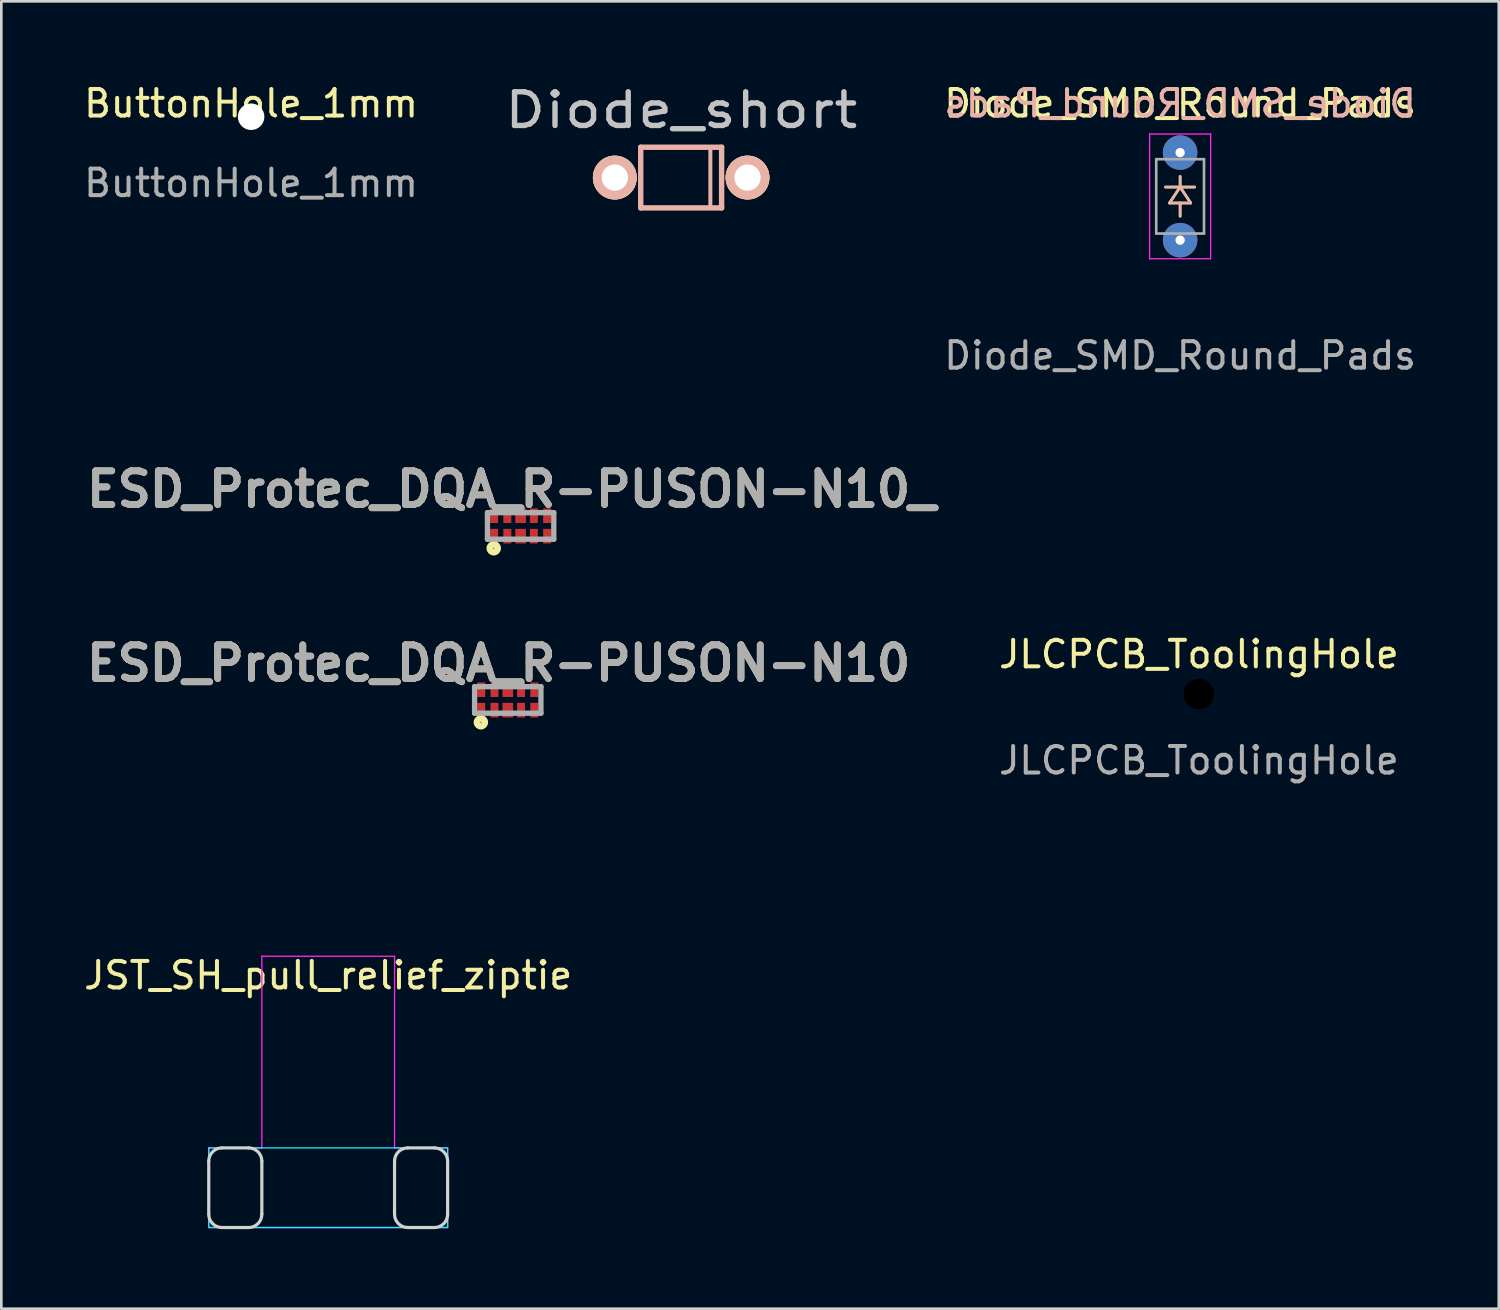
<source format=kicad_pcb>
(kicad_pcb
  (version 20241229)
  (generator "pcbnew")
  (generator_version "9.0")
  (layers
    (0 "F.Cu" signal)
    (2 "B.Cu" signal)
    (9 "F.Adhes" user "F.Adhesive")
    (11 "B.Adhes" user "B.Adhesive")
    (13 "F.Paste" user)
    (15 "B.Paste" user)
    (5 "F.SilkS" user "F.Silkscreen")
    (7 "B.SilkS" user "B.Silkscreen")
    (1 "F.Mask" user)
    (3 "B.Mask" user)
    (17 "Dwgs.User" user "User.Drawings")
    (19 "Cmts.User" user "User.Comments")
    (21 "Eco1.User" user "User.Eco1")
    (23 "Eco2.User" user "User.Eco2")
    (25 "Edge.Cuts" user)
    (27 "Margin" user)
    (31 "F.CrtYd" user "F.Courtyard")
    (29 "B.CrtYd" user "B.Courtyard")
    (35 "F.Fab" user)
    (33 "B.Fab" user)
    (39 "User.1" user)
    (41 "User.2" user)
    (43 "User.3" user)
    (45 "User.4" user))
  (footprint "ESD_Protec_DQA_R-PUSON-N10"
    (layer "F.Cu")
    (at 16.081 23.321)
    (property "Reference" "ESD_Protec_DQA_R-PUSON-N10" (at -0.345 -1.38 0) (layer "F.SilkS") (effects (font (size 1.27 1.27) (thickness 0.254))))
    (attr smd)
    (fp_circle (center -1.013 0.842) (end -1.013 0.861) (stroke (width 0.254) (type solid)) (fill no) (layer "F.SilkS"))
    (fp_line (start -1.25 -0.5) (end 1.25 -0.5) (stroke (width 0.2) (type solid)) (layer "F.Fab"))
    (fp_line (start -1.25 0.5) (end -1.25 -0.5) (stroke (width 0.2) (type solid)) (layer "F.Fab"))
    (fp_line (start 1.25 -0.5) (end 1.25 0.5) (stroke (width 0.2) (type solid)) (layer "F.Fab"))
    (fp_line (start 1.25 0.5) (end -1.25 0.5) (stroke (width 0.2) (type solid)) (layer "F.Fab"))
    (fp_text user "${REFERENCE}" (at -0.345 -1.38 0) (layer "F.Fab") (effects (font (size 1.27 1.27) (thickness 0.254))))
    (pad "1" smd rect (at -1 0.385) (size 0.3 0.55) (layers "F.Cu" "F.Mask" "F.Paste"))
    (pad "2" smd rect (at -0.5 0.385) (size 0.3 0.55) (layers "F.Cu" "F.Mask" "F.Paste"))
    (pad "3" smd rect (at 0 0.385) (size 0.4 0.55) (layers "F.Cu" "F.Mask" "F.Paste"))
    (pad "4" smd rect (at 0.5 0.385) (size 0.3 0.55) (layers "F.Cu" "F.Mask" "F.Paste"))
    (pad "5" smd rect (at 1 0.385) (size 0.3 0.55) (layers "F.Cu" "F.Mask" "F.Paste"))
    (pad "6" smd rect (at 1 -0.385) (size 0.3 0.55) (layers "F.Cu" "F.Mask" "F.Paste"))
    (pad "7" smd rect (at 0.5 -0.385) (size 0.3 0.55) (layers "F.Cu" "F.Mask" "F.Paste"))
    (pad "8" smd rect (at 0 -0.385) (size 0.4 0.55) (layers "F.Cu" "F.Mask" "F.Paste"))
    (pad "9" smd rect (at -0.5 -0.385) (size 0.3 0.55) (layers "F.Cu" "F.Mask" "F.Paste"))
    (pad "10" smd rect (at -1 -0.385) (size 0.3 0.55) (layers "F.Cu" "F.Mask" "F.Paste")))
  (footprint "JLCPCB_ToolingHole"
    (layer "F.Cu")
    (at 42.121 23.101)
    (property "Reference" "JLCPCB_ToolingHole" (at 0 -1.5 0) (unlocked yes) (layer "F.SilkS") (effects (font (size 1 1) (thickness 0.15))))
    (fp_text user "${REFERENCE}" (at 0 2.5 0) (unlocked yes) (layer "F.Fab") (effects (font (size 1 1) (thickness 0.15))))
    (pad "" np_thru_hole circle (at 0 0) (size 1.3 1.3) (drill 1.152) (layers "*.Mask")))
  (footprint "Diode_SMD_Round_Pads"
    (layer "F.Cu")
    (at 41.413 4.348)
    (property "Reference" "Diode_SMD_Round_Pads" (at 0 -3.5 0) (layer "F.SilkS") (effects (font (size 1 1) (thickness 0.15))))
    (attr through_hole)
    (fp_line (start -0.4 0.25) (end 0 -0.35) (stroke (width 0.1) (type solid)) (layer "F.SilkS"))
    (fp_line (start 0 -0.75) (end 0 -0.35) (stroke (width 0.1) (type solid)) (layer "F.SilkS"))
    (fp_line (start 0 -0.35) (end -0.55 -0.35) (stroke (width 0.1) (type solid)) (layer "F.SilkS"))
    (fp_line (start 0 -0.35) (end 0.4 0.25) (stroke (width 0.1) (type solid)) (layer "F.SilkS"))
    (fp_line (start 0 -0.35) (end 0.55 -0.35) (stroke (width 0.1) (type solid)) (layer "F.SilkS"))
    (fp_line (start 0 0.25) (end 0 0.75) (stroke (width 0.1) (type solid)) (layer "F.SilkS"))
    (fp_line (start 0.4 0.25) (end -0.4 0.25) (stroke (width 0.1) (type solid)) (layer "F.SilkS"))
    (fp_line (start -0.4 0.25) (end 0.4 0.25) (stroke (width 0.1) (type solid)) (layer "B.SilkS"))
    (fp_line (start 0 -0.75) (end 0 -0.35) (stroke (width 0.1) (type solid)) (layer "B.SilkS"))
    (fp_line (start 0 -0.35) (end -0.55 -0.35) (stroke (width 0.1) (type solid)) (layer "B.SilkS"))
    (fp_line (start 0 -0.35) (end -0.4 0.25) (stroke (width 0.1) (type solid)) (layer "B.SilkS"))
    (fp_line (start 0 -0.35) (end 0.55 -0.35) (stroke (width 0.1) (type solid)) (layer "B.SilkS"))
    (fp_line (start 0 0.25) (end 0 0.75) (stroke (width 0.1) (type solid)) (layer "B.SilkS"))
    (fp_line (start 0.4 0.25) (end 0 -0.35) (stroke (width 0.1) (type solid)) (layer "B.SilkS"))
    (fp_line (start -1.15 2.35) (end -1.15 -2.35) (stroke (width 0.05) (type solid)) (layer "F.CrtYd"))
    (fp_line (start 1.15 -2.35) (end -1.15 -2.35) (stroke (width 0.05) (type solid)) (layer "F.CrtYd"))
    (fp_line (start 1.15 -2.35) (end 1.15 2.35) (stroke (width 0.05) (type solid)) (layer "F.CrtYd"))
    (fp_line (start 1.15 2.35) (end -1.15 2.35) (stroke (width 0.05) (type solid)) (layer "F.CrtYd"))
    (fp_line (start -0.9 -1.4) (end 0.9 -1.4) (stroke (width 0.1) (type solid)) (layer "F.Fab"))
    (fp_line (start -0.9 1.4) (end -0.9 -1.4) (stroke (width 0.1) (type solid)) (layer "F.Fab"))
    (fp_line (start 0.9 -1.4) (end 0.9 1.4) (stroke (width 0.1) (type solid)) (layer "F.Fab"))
    (fp_line (start 0.9 1.4) (end -0.9 1.4) (stroke (width 0.1) (type solid)) (layer "F.Fab"))
    (fp_text user "${REFERENCE}" (at 0 -3.5 0) (layer "B.SilkS") (effects (font (size 1 1) (thickness 0.15)) (justify mirror)))
    (fp_text user "${REFERENCE}" (at 0 6 0) (unlocked yes) (layer "F.Fab") (effects (font (size 1 1) (thickness 0.15))))
    (pad "1" thru_hole circle (at 0 -1.65 270) (size 1.3 1.3) (drill 0.35) (layers "*.Cu" "*.Mask"))
    (pad "2" thru_hole circle (at 0 1.65 270) (size 1.3 1.3) (drill 0.35) (layers "*.Cu" "*.Mask")))
  (footprint "JST_SH_pull_relief_ziptie"
    (layer "F.Cu")
    (at 9.315 29.699)
    (property "Reference" "JST_SH_pull_relief_ziptie" (at 0 4 0) (layer "F.SilkS") (effects (font (size 1 1) (thickness 0.15))))
    (attr smd)
    (fp_line (start -4.5 13) (end -4.5 11) (stroke (width 0.12) (type default)) (layer "Edge.Cuts"))
    (fp_line (start -4 10.5) (end -3 10.5) (stroke (width 0.12) (type default)) (layer "Edge.Cuts"))
    (fp_line (start -3 13.5) (end -4 13.5) (stroke (width 0.12) (type default)) (layer "Edge.Cuts"))
    (fp_line (start -2.5 11) (end -2.5 13) (stroke (width 0.12) (type default)) (layer "Edge.Cuts"))
    (fp_line (start 2.5 13) (end 2.5 11) (stroke (width 0.12) (type default)) (layer "Edge.Cuts"))
    (fp_line (start 3 10.5) (end 4 10.5) (stroke (width 0.12) (type default)) (layer "Edge.Cuts"))
    (fp_line (start 4 13.5) (end 3 13.5) (stroke (width 0.12) (type default)) (layer "Edge.Cuts"))
    (fp_line (start 4.5 11) (end 4.5 13) (stroke (width 0.12) (type default)) (layer "Edge.Cuts"))
    (fp_arc (start -4.5 11) (mid -4.353553 10.646447) (end -4 10.5) (stroke (width 0.12) (type default)) (layer "Edge.Cuts"))
    (fp_arc (start -4 13.5) (mid -4.353553 13.353553) (end -4.5 13) (stroke (width 0.12) (type default)) (layer "Edge.Cuts"))
    (fp_arc (start -3 10.5) (mid -2.646447 10.646447) (end -2.5 11) (stroke (width 0.12) (type default)) (layer "Edge.Cuts"))
    (fp_arc (start -2.5 13) (mid -2.646447 13.353553) (end -3 13.5) (stroke (width 0.12) (type default)) (layer "Edge.Cuts"))
    (fp_arc (start 2.5 11) (mid 2.646447 10.646447) (end 3 10.5) (stroke (width 0.12) (type default)) (layer "Edge.Cuts"))
    (fp_arc (start 3 13.5) (mid 2.646447 13.353553) (end 2.5 13) (stroke (width 0.12) (type default)) (layer "Edge.Cuts"))
    (fp_arc (start 4 10.5) (mid 4.353553 10.646447) (end 4.5 11) (stroke (width 0.12) (type default)) (layer "Edge.Cuts"))
    (fp_arc (start 4.5 13) (mid 4.353553 13.353553) (end 4 13.5) (stroke (width 0.12) (type default)) (layer "Edge.Cuts"))
    (fp_rect (start -4.5 10.5) (end 4.5 13.5) (stroke (width 0.05) (type default)) (fill no) (layer "B.CrtYd"))
    (fp_line (start -4.5 10.5) (end -4.5 13.5) (stroke (width 0.05) (type default)) (layer "F.CrtYd"))
    (fp_line (start -4.5 13.5) (end 4.5 13.5) (stroke (width 0.05) (type default)) (layer "F.CrtYd"))
    (fp_line (start -2.5 3.28) (end -2.5 10.5) (stroke (width 0.05) (type solid)) (layer "F.CrtYd"))
    (fp_line (start -2.5 3.28) (end 2.5 3.28) (stroke (width 0.05) (type default)) (layer "F.CrtYd"))
    (fp_line (start -2.5 10.5) (end -4.5 10.5) (stroke (width 0.05) (type default)) (layer "F.CrtYd"))
    (fp_line (start 2.5 10.5) (end 2.5 3.28) (stroke (width 0.05) (type default)) (layer "F.CrtYd"))
    (fp_line (start 4.5 10.5) (end 2.5 10.5) (stroke (width 0.05) (type default)) (layer "F.CrtYd"))
    (fp_line (start 4.5 13.5) (end 4.5 10.5) (stroke (width 0.05) (type default)) (layer "F.CrtYd"))
    (zone (net_name "") (layers "F.Cu" "B.Cu") (hatch edge 0.5) (connect_pads) (min_thickness 0.25) (filled_areas_thickness no) (keepout (tracks not_allowed) (vias not_allowed) (pads not_allowed) (copperpour not_allowed) (footprints allowed)) (placement (enabled no)) (fill) (polygon (pts (xy 6.315 40.199) (xy 12.315 40.199) (xy 12.315 43.199) (xy 6.315 43.199)))))
  (footprint "ButtonHole_1mm"
    (layer "F.Cu")
    (at 6.411 1.348)
    (property "Reference" "ButtonHole_1mm" (at 0 -0.5 0) (unlocked yes) (layer "F.SilkS") (effects (font (size 1 1) (thickness 0.15))))
    (attr smd)
    (fp_text user "${REFERENCE}" (at 0 2.5 0) (unlocked yes) (layer "F.Fab") (effects (font (size 1 1) (thickness 0.15))))
    (pad "" np_thru_hole circle (at 0 0) (size 1 1) (drill 1) (layers "*.Cu" "*.Mask")))
  (footprint "ESD_Protec_DQA_R-PUSON-N10_"
    (layer "F.Cu")
    (at 16.565 16.765)
    (property "Reference" "ESD_Protec_DQA_R-PUSON-N10_" (at -0.345 -1.38 0) (layer "F.SilkS") (effects (font (size 1.27 1.27) (thickness 0.254))))
    (attr smd)
    (fp_circle (center -1.013 0.842) (end -1.013 0.861) (stroke (width 0.254) (type solid)) (fill no) (layer "F.SilkS"))
    (fp_line (start -1.25 -0.5) (end 1.25 -0.5) (stroke (width 0.2) (type solid)) (layer "F.Fab"))
    (fp_line (start -1.25 0.5) (end -1.25 -0.5) (stroke (width 0.2) (type solid)) (layer "F.Fab"))
    (fp_line (start 1.25 -0.5) (end 1.25 0.5) (stroke (width 0.2) (type solid)) (layer "F.Fab"))
    (fp_line (start 1.25 0.5) (end -1.25 0.5) (stroke (width 0.2) (type solid)) (layer "F.Fab"))
    (fp_text user "${REFERENCE}" (at -0.345 -1.38 0) (layer "F.Fab") (effects (font (size 1.27 1.27) (thickness 0.254))))
    (pad "1" smd rect (at -1 0.385) (size 0.3 0.55) (layers "F.Cu" "F.Mask" "F.Paste"))
    (pad "2" smd rect (at -0.5 0.385) (size 0.3 0.55) (layers "F.Cu" "F.Mask" "F.Paste"))
    (pad "3" smd rect (at 0 0.385) (size 0.4 0.55) (layers "F.Cu" "F.Mask" "F.Paste"))
    (pad "4" smd rect (at 0.5 0.385) (size 0.3 0.55) (layers "F.Cu" "F.Mask" "F.Paste"))
    (pad "5" smd rect (at 1 0.385) (size 0.3 0.55) (layers "F.Cu" "F.Mask" "F.Paste"))
    (pad "6" smd rect (at 1 -0.385) (size 0.3 0.55) (layers "F.Cu" "F.Mask" "F.Paste"))
    (pad "7" smd rect (at 0.5 -0.385) (size 0.3 0.55) (layers "F.Cu" "F.Mask" "F.Paste"))
    (pad "8" smd rect (at 0 -0.385) (size 0.4 0.55) (layers "F.Cu" "F.Mask" "F.Paste"))
    (pad "9" smd rect (at -0.5 -0.385) (size 0.3 0.55) (layers "F.Cu" "F.Mask" "F.Paste"))
    (pad "10" smd rect (at -1 -0.385) (size 0.3 0.55) (layers "F.Cu" "F.Mask" "F.Paste")))
  (footprint "Diode_short"
    (layer "F.Cu")
    (at 22.614 3.64)
    (property "Reference" "Diode_short" (at 0 -2.54 0) (layer "Dwgs.User") (effects (font (size 1.27 1.524) (thickness 0.203))))
    (attr through_hole)
    (fp_line (start -1.524 -1.143) (end 1.524 -1.143) (stroke (width 0.203) (type solid)) (layer "B.SilkS"))
    (fp_line (start -1.524 1.143) (end -1.524 -1.143) (stroke (width 0.203) (type solid)) (layer "B.SilkS"))
    (fp_line (start 1.1 -1.1) (end 1.1 1.1) (stroke (width 0.15) (type solid)) (layer "B.SilkS"))
    (fp_line (start 1.524 -1.143) (end 1.524 1.143) (stroke (width 0.203) (type solid)) (layer "B.SilkS"))
    (fp_line (start 1.524 1.143) (end -1.524 1.143) (stroke (width 0.203) (type solid)) (layer "B.SilkS"))
    (pad "1" thru_hole circle (at 2.5 0) (size 1.651 1.651) (drill 0.991) (layers "*.Cu" "*.SilkS" "*.Mask"))
    (pad "2" thru_hole circle (at -2.5 0) (size 1.651 1.651) (drill 0.991) (layers "*.Cu" "*.SilkS" "*.Mask")))
  (gr_rect
    (start -3 -3)
    (end 53.419 46.259)
    (stroke (width 0.1) (type default))
    (fill no)
    (layer "Edge.Cuts")))
</source>
